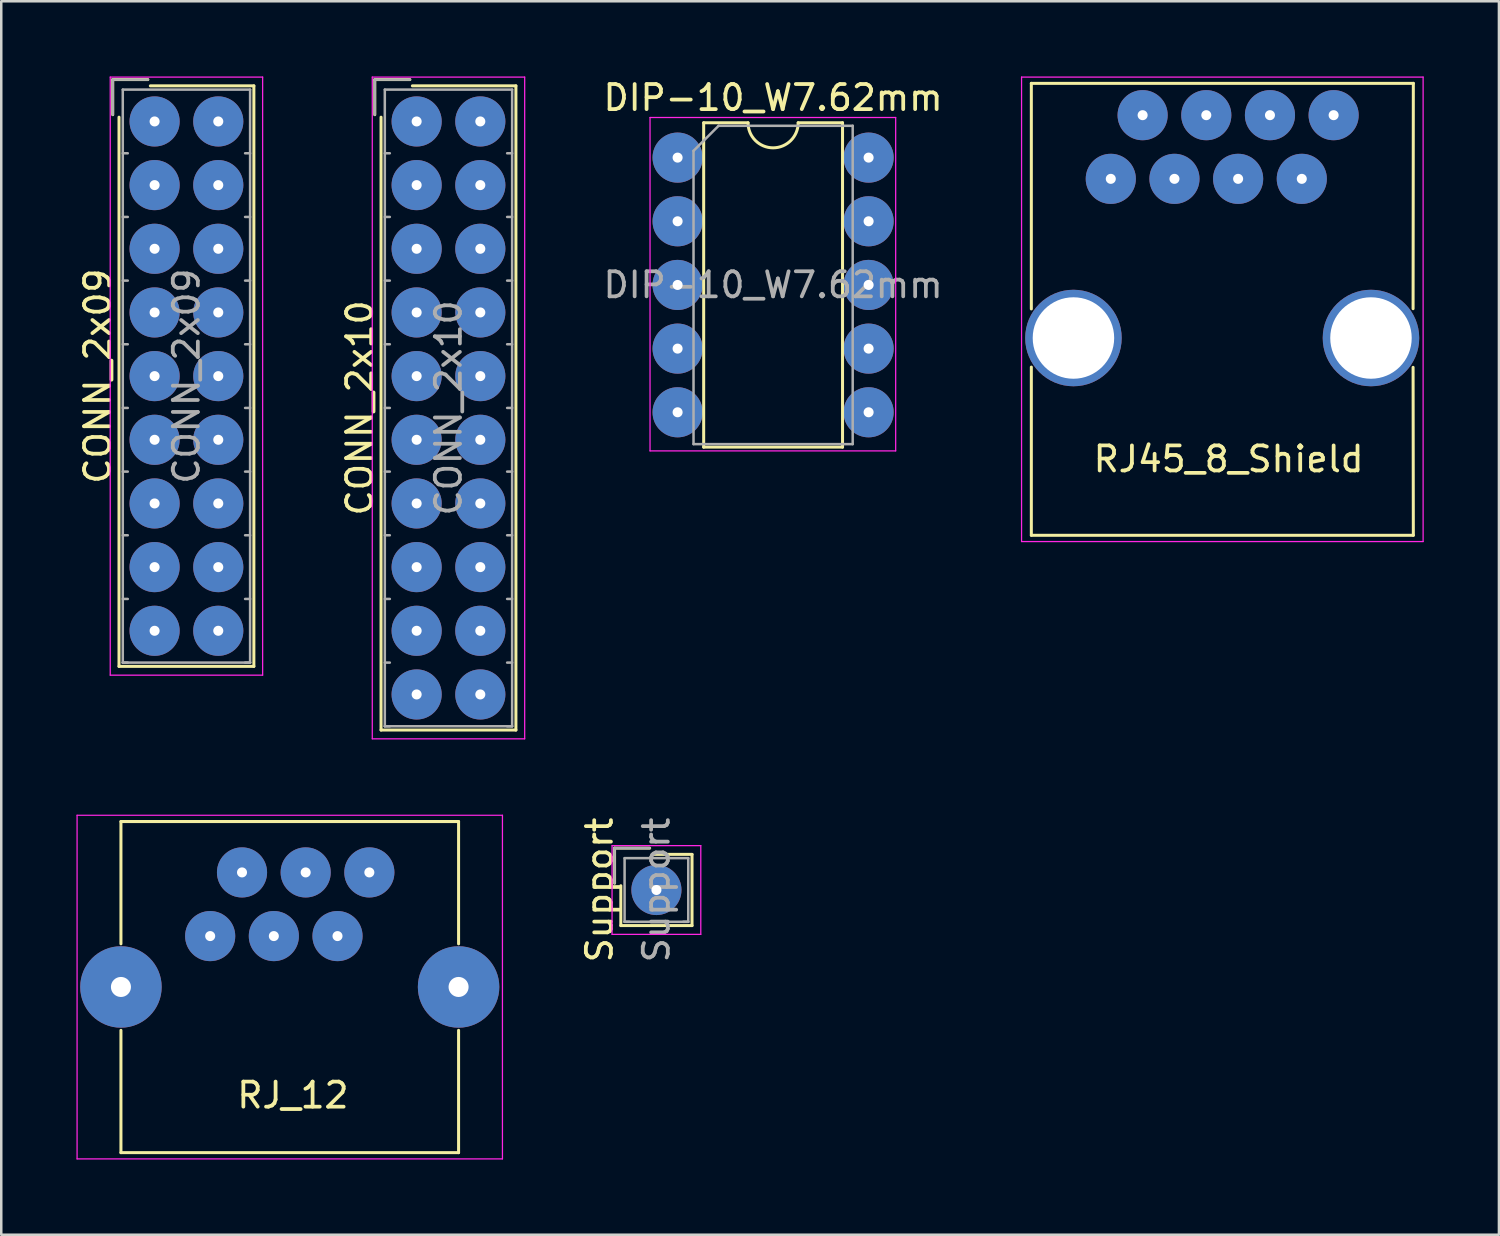
<source format=kicad_pcb>
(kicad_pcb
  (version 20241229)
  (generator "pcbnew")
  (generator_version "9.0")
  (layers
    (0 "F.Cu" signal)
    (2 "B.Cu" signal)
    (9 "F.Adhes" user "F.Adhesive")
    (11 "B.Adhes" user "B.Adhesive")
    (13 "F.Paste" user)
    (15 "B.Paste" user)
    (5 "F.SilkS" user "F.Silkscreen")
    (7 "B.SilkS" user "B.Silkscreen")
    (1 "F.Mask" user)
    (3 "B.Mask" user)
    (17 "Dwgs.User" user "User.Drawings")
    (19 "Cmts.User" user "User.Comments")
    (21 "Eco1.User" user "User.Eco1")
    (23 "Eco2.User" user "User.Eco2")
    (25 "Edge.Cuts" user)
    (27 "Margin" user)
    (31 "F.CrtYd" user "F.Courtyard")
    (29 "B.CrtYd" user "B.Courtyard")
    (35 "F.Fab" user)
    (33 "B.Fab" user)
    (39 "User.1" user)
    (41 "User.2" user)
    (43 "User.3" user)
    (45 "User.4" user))
  (footprint "RJ45_8_Shield"
    (layer "F.Cu")
    (at 41.265 4.085)
    (property "Reference" "RJ45_8_Shield" (at 4.7 11.18 0) (layer "F.SilkS") (effects (font (size 1 1) (thickness 0.15))))
    (attr through_hole)
    (fp_line (start -3.17 -3.81) (end -3.17 5.19) (stroke (width 0.12) (type solid)) (layer "F.SilkS"))
    (fp_line (start -3.17 7.51) (end -3.17 14.22) (stroke (width 0.12) (type solid)) (layer "F.SilkS"))
    (fp_line (start -3.17 14.22) (end 12.07 14.22) (stroke (width 0.12) (type solid)) (layer "F.SilkS"))
    (fp_line (start 12.06 7.52) (end 12.07 14.22) (stroke (width 0.12) (type solid)) (layer "F.SilkS"))
    (fp_line (start 12.07 -3.81) (end -3.17 -3.81) (stroke (width 0.12) (type solid)) (layer "F.SilkS"))
    (fp_line (start 12.07 -3.81) (end 12.06 5.18) (stroke (width 0.12) (type solid)) (layer "F.SilkS"))
    (fp_line (start -3.56 -4.06) (end -3.56 14.47) (stroke (width 0.05) (type solid)) (layer "F.CrtYd"))
    (fp_line (start -3.56 -4.06) (end 12.46 -4.06) (stroke (width 0.05) (type solid)) (layer "F.CrtYd"))
    (fp_line (start 12.46 14.47) (end -3.56 14.47) (stroke (width 0.05) (type solid)) (layer "F.CrtYd"))
    (fp_line (start 12.46 14.47) (end 12.46 -4.06) (stroke (width 0.05) (type solid)) (layer "F.CrtYd"))
    (pad "1" thru_hole circle (at 0 0) (size 2 2) (drill 0.4) (layers "*.Cu" "*.Mask"))
    (pad "2" thru_hole circle (at 1.27 -2.54) (size 2 2) (drill 0.4) (layers "*.Cu" "*.Mask"))
    (pad "3" thru_hole circle (at 2.54 0) (size 2 2) (drill 0.4) (layers "*.Cu" "*.Mask"))
    (pad "4" thru_hole circle (at 3.81 -2.54) (size 2 2) (drill 0.4) (layers "*.Cu" "*.Mask"))
    (pad "5" thru_hole circle (at 5.08 0) (size 2 2) (drill 0.4) (layers "*.Cu" "*.Mask"))
    (pad "6" thru_hole circle (at 6.35 -2.54) (size 2 2) (drill 0.4) (layers "*.Cu" "*.Mask"))
    (pad "7" thru_hole circle (at 7.62 0) (size 2 2) (drill 0.4) (layers "*.Cu" "*.Mask"))
    (pad "8" thru_hole circle (at 8.89 -2.54) (size 2 2) (drill 0.4) (layers "*.Cu" "*.Mask"))
    (pad "9" thru_hole circle (at -1.49 6.35) (size 3.85 3.85) (drill 3.25) (layers "*.Cu" "*.Mask"))
    (pad "9" thru_hole circle (at 10.38 6.35) (size 3.85 3.85) (drill 3.25) (layers "*.Cu" "*.Mask")))
  (footprint "CONN_2x09"
    (layer "F.Cu")
    (at 3.118 1.795)
    (property "Reference" "CONN_2x09" (at -2.27 10.16 90) (layer "F.SilkS") (effects (font (size 1 1) (thickness 0.15))))
    (attr through_hole)
    (fp_line (start -1.67 -1.67) (end -1.67 -0.27) (stroke (width 0.12) (type solid)) (layer "F.SilkS"))
    (fp_line (start -1.42 21.74) (end -1.42 -0.17) (stroke (width 0.12) (type solid)) (layer "F.SilkS"))
    (fp_line (start -0.27 -1.67) (end -1.67 -1.67) (stroke (width 0.12) (type solid)) (layer "F.SilkS"))
    (fp_line (start -0.17 -1.42) (end 3.96 -1.42) (stroke (width 0.12) (type solid)) (layer "F.SilkS"))
    (fp_line (start 3.96 -1.42) (end 3.96 21.74) (stroke (width 0.12) (type solid)) (layer "F.SilkS"))
    (fp_line (start 3.96 21.74) (end -1.42 21.74) (stroke (width 0.12) (type solid)) (layer "F.SilkS"))
    (fp_line (start -1.77 -1.77) (end -1.77 22.09) (stroke (width 0.05) (type solid)) (layer "F.CrtYd"))
    (fp_line (start -1.77 22.09) (end 4.31 22.09) (stroke (width 0.05) (type solid)) (layer "F.CrtYd"))
    (fp_line (start 4.31 -1.77) (end -1.77 -1.77) (stroke (width 0.05) (type solid)) (layer "F.CrtYd"))
    (fp_line (start 4.31 22.09) (end 4.31 -1.77) (stroke (width 0.05) (type solid)) (layer "F.CrtYd"))
    (fp_line (start -1.67 -1.67) (end -1.67 -0.27) (stroke (width 0.1) (type solid)) (layer "F.Fab"))
    (fp_line (start -1.27 -1.27) (end -1.27 21.59) (stroke (width 0.1) (type solid)) (layer "F.Fab"))
    (fp_line (start -1.27 1.27) (end -1.07 1.27) (stroke (width 0.1) (type solid)) (layer "F.Fab"))
    (fp_line (start -1.27 3.81) (end -1.07 3.81) (stroke (width 0.1) (type solid)) (layer "F.Fab"))
    (fp_line (start -1.27 6.35) (end -1.07 6.35) (stroke (width 0.1) (type solid)) (layer "F.Fab"))
    (fp_line (start -1.27 8.89) (end -1.07 8.89) (stroke (width 0.1) (type solid)) (layer "F.Fab"))
    (fp_line (start -1.27 11.43) (end -1.07 11.43) (stroke (width 0.1) (type solid)) (layer "F.Fab"))
    (fp_line (start -1.27 13.97) (end -1.07 13.97) (stroke (width 0.1) (type solid)) (layer "F.Fab"))
    (fp_line (start -1.27 16.51) (end -1.07 16.51) (stroke (width 0.1) (type solid)) (layer "F.Fab"))
    (fp_line (start -1.27 19.05) (end -1.07 19.05) (stroke (width 0.1) (type solid)) (layer "F.Fab"))
    (fp_line (start -1.27 21.59) (end -1.07 21.59) (stroke (width 0.1) (type solid)) (layer "F.Fab"))
    (fp_line (start -1.27 21.59) (end 3.81 21.59) (stroke (width 0.1) (type solid)) (layer "F.Fab"))
    (fp_line (start -0.27 -1.67) (end -1.67 -1.67) (stroke (width 0.1) (type solid)) (layer "F.Fab"))
    (fp_line (start 3.81 -1.27) (end -1.27 -1.27) (stroke (width 0.1) (type solid)) (layer "F.Fab"))
    (fp_line (start 3.81 1.27) (end 3.61 1.27) (stroke (width 0.1) (type solid)) (layer "F.Fab"))
    (fp_line (start 3.81 3.81) (end 3.61 3.81) (stroke (width 0.1) (type solid)) (layer "F.Fab"))
    (fp_line (start 3.81 6.35) (end 3.61 6.35) (stroke (width 0.1) (type solid)) (layer "F.Fab"))
    (fp_line (start 3.81 8.89) (end 3.61 8.89) (stroke (width 0.1) (type solid)) (layer "F.Fab"))
    (fp_line (start 3.81 11.43) (end 3.61 11.43) (stroke (width 0.1) (type solid)) (layer "F.Fab"))
    (fp_line (start 3.81 13.97) (end 3.61 13.97) (stroke (width 0.1) (type solid)) (layer "F.Fab"))
    (fp_line (start 3.81 16.51) (end 3.61 16.51) (stroke (width 0.1) (type solid)) (layer "F.Fab"))
    (fp_line (start 3.81 19.05) (end 3.61 19.05) (stroke (width 0.1) (type solid)) (layer "F.Fab"))
    (fp_line (start 3.81 21.59) (end 3.61 21.59) (stroke (width 0.1) (type solid)) (layer "F.Fab"))
    (fp_line (start 3.81 21.59) (end 3.81 -1.27) (stroke (width 0.1) (type solid)) (layer "F.Fab"))
    (fp_text user "${REFERENCE}" (at 1.27 10.16 90) (layer "F.Fab") (effects (font (size 1 1) (thickness 0.15))))
    (pad "1" thru_hole circle (at 0 0) (size 2 2) (drill 0.4) (layers "*.Cu" "*.Mask"))
    (pad "2" thru_hole circle (at 2.54 0) (size 2 2) (drill 0.4) (layers "*.Cu" "*.Mask"))
    (pad "3" thru_hole circle (at 0 2.54) (size 2 2) (drill 0.4) (layers "*.Cu" "*.Mask"))
    (pad "4" thru_hole circle (at 2.54 2.54) (size 2 2) (drill 0.4) (layers "*.Cu" "*.Mask"))
    (pad "5" thru_hole circle (at 0 5.08) (size 2 2) (drill 0.4) (layers "*.Cu" "*.Mask"))
    (pad "6" thru_hole circle (at 2.54 5.08) (size 2 2) (drill 0.4) (layers "*.Cu" "*.Mask"))
    (pad "7" thru_hole circle (at 0 7.62) (size 2 2) (drill 0.4) (layers "*.Cu" "*.Mask"))
    (pad "8" thru_hole circle (at 2.54 7.62) (size 2 2) (drill 0.4) (layers "*.Cu" "*.Mask"))
    (pad "9" thru_hole circle (at 0 10.16) (size 2 2) (drill 0.4) (layers "*.Cu" "*.Mask"))
    (pad "10" thru_hole circle (at 2.54 10.16) (size 2 2) (drill 0.4) (layers "*.Cu" "*.Mask"))
    (pad "11" thru_hole circle (at 0 12.7) (size 2 2) (drill 0.4) (layers "*.Cu" "*.Mask"))
    (pad "12" thru_hole circle (at 2.54 12.7) (size 2 2) (drill 0.4) (layers "*.Cu" "*.Mask"))
    (pad "13" thru_hole circle (at 0 15.24) (size 2 2) (drill 0.4) (layers "*.Cu" "*.Mask"))
    (pad "14" thru_hole circle (at 2.54 15.24) (size 2 2) (drill 0.4) (layers "*.Cu" "*.Mask"))
    (pad "15" thru_hole circle (at 0 17.78) (size 2 2) (drill 0.4) (layers "*.Cu" "*.Mask"))
    (pad "16" thru_hole circle (at 2.54 17.78) (size 2 2) (drill 0.4) (layers "*.Cu" "*.Mask"))
    (pad "17" thru_hole circle (at 0 20.32) (size 2 2) (drill 0.4) (layers "*.Cu" "*.Mask"))
    (pad "18" thru_hole circle (at 2.54 20.32) (size 2 2) (drill 0.4) (layers "*.Cu" "*.Mask")))
  (footprint "CONN_2x10"
    (layer "F.Cu")
    (at 13.572 1.795)
    (property "Reference" "CONN_2x10" (at -2.27 11.43 90) (layer "F.SilkS") (effects (font (size 1 1) (thickness 0.15))))
    (attr through_hole)
    (fp_line (start -1.67 -1.67) (end -1.67 -0.27) (stroke (width 0.12) (type solid)) (layer "F.SilkS"))
    (fp_line (start -1.42 24.28) (end -1.42 -0.17) (stroke (width 0.12) (type solid)) (layer "F.SilkS"))
    (fp_line (start -0.27 -1.67) (end -1.67 -1.67) (stroke (width 0.12) (type solid)) (layer "F.SilkS"))
    (fp_line (start -0.17 -1.42) (end 3.96 -1.42) (stroke (width 0.12) (type solid)) (layer "F.SilkS"))
    (fp_line (start 3.96 -1.42) (end 3.96 24.28) (stroke (width 0.12) (type solid)) (layer "F.SilkS"))
    (fp_line (start 3.96 24.28) (end -1.42 24.28) (stroke (width 0.12) (type solid)) (layer "F.SilkS"))
    (fp_line (start -1.77 -1.77) (end -1.77 24.63) (stroke (width 0.05) (type solid)) (layer "F.CrtYd"))
    (fp_line (start -1.77 24.63) (end 4.31 24.63) (stroke (width 0.05) (type solid)) (layer "F.CrtYd"))
    (fp_line (start 4.31 -1.77) (end -1.77 -1.77) (stroke (width 0.05) (type solid)) (layer "F.CrtYd"))
    (fp_line (start 4.31 24.63) (end 4.31 -1.77) (stroke (width 0.05) (type solid)) (layer "F.CrtYd"))
    (fp_line (start -1.67 -1.67) (end -1.67 -0.27) (stroke (width 0.1) (type solid)) (layer "F.Fab"))
    (fp_line (start -1.27 -1.27) (end -1.27 24.13) (stroke (width 0.1) (type solid)) (layer "F.Fab"))
    (fp_line (start -1.27 1.27) (end -1.07 1.27) (stroke (width 0.1) (type solid)) (layer "F.Fab"))
    (fp_line (start -1.27 3.81) (end -1.07 3.81) (stroke (width 0.1) (type solid)) (layer "F.Fab"))
    (fp_line (start -1.27 6.35) (end -1.07 6.35) (stroke (width 0.1) (type solid)) (layer "F.Fab"))
    (fp_line (start -1.27 8.89) (end -1.07 8.89) (stroke (width 0.1) (type solid)) (layer "F.Fab"))
    (fp_line (start -1.27 11.43) (end -1.07 11.43) (stroke (width 0.1) (type solid)) (layer "F.Fab"))
    (fp_line (start -1.27 13.97) (end -1.07 13.97) (stroke (width 0.1) (type solid)) (layer "F.Fab"))
    (fp_line (start -1.27 16.51) (end -1.07 16.51) (stroke (width 0.1) (type solid)) (layer "F.Fab"))
    (fp_line (start -1.27 19.05) (end -1.07 19.05) (stroke (width 0.1) (type solid)) (layer "F.Fab"))
    (fp_line (start -1.27 21.59) (end -1.07 21.59) (stroke (width 0.1) (type solid)) (layer "F.Fab"))
    (fp_line (start -1.27 24.13) (end -1.07 24.13) (stroke (width 0.1) (type solid)) (layer "F.Fab"))
    (fp_line (start -1.27 24.13) (end 3.81 24.13) (stroke (width 0.1) (type solid)) (layer "F.Fab"))
    (fp_line (start -0.27 -1.67) (end -1.67 -1.67) (stroke (width 0.1) (type solid)) (layer "F.Fab"))
    (fp_line (start 3.81 -1.27) (end -1.27 -1.27) (stroke (width 0.1) (type solid)) (layer "F.Fab"))
    (fp_line (start 3.81 1.27) (end 3.61 1.27) (stroke (width 0.1) (type solid)) (layer "F.Fab"))
    (fp_line (start 3.81 3.81) (end 3.61 3.81) (stroke (width 0.1) (type solid)) (layer "F.Fab"))
    (fp_line (start 3.81 6.35) (end 3.61 6.35) (stroke (width 0.1) (type solid)) (layer "F.Fab"))
    (fp_line (start 3.81 8.89) (end 3.61 8.89) (stroke (width 0.1) (type solid)) (layer "F.Fab"))
    (fp_line (start 3.81 11.43) (end 3.61 11.43) (stroke (width 0.1) (type solid)) (layer "F.Fab"))
    (fp_line (start 3.81 13.97) (end 3.61 13.97) (stroke (width 0.1) (type solid)) (layer "F.Fab"))
    (fp_line (start 3.81 16.51) (end 3.61 16.51) (stroke (width 0.1) (type solid)) (layer "F.Fab"))
    (fp_line (start 3.81 19.05) (end 3.61 19.05) (stroke (width 0.1) (type solid)) (layer "F.Fab"))
    (fp_line (start 3.81 21.59) (end 3.61 21.59) (stroke (width 0.1) (type solid)) (layer "F.Fab"))
    (fp_line (start 3.81 24.13) (end 3.61 24.13) (stroke (width 0.1) (type solid)) (layer "F.Fab"))
    (fp_line (start 3.81 24.13) (end 3.81 -1.27) (stroke (width 0.1) (type solid)) (layer "F.Fab"))
    (fp_text user "${REFERENCE}" (at 1.27 11.43 90) (layer "F.Fab") (effects (font (size 1 1) (thickness 0.15))))
    (pad "1" thru_hole circle (at 0 0) (size 2 2) (drill 0.4) (layers "*.Cu" "*.Mask"))
    (pad "2" thru_hole circle (at 2.54 0) (size 2 2) (drill 0.4) (layers "*.Cu" "*.Mask"))
    (pad "3" thru_hole circle (at 0 2.54) (size 2 2) (drill 0.4) (layers "*.Cu" "*.Mask"))
    (pad "4" thru_hole circle (at 2.54 2.54) (size 2 2) (drill 0.4) (layers "*.Cu" "*.Mask"))
    (pad "5" thru_hole circle (at 0 5.08) (size 2 2) (drill 0.4) (layers "*.Cu" "*.Mask"))
    (pad "6" thru_hole circle (at 2.54 5.08) (size 2 2) (drill 0.4) (layers "*.Cu" "*.Mask"))
    (pad "7" thru_hole circle (at 0 7.62) (size 2 2) (drill 0.4) (layers "*.Cu" "*.Mask"))
    (pad "8" thru_hole circle (at 2.54 7.62) (size 2 2) (drill 0.4) (layers "*.Cu" "*.Mask"))
    (pad "9" thru_hole circle (at 0 10.16) (size 2 2) (drill 0.4) (layers "*.Cu" "*.Mask"))
    (pad "10" thru_hole circle (at 2.54 10.16) (size 2 2) (drill 0.4) (layers "*.Cu" "*.Mask"))
    (pad "11" thru_hole circle (at 0 12.7) (size 2 2) (drill 0.4) (layers "*.Cu" "*.Mask"))
    (pad "12" thru_hole circle (at 2.54 12.7) (size 2 2) (drill 0.4) (layers "*.Cu" "*.Mask"))
    (pad "13" thru_hole circle (at 0 15.24) (size 2 2) (drill 0.4) (layers "*.Cu" "*.Mask"))
    (pad "14" thru_hole circle (at 2.54 15.24) (size 2 2) (drill 0.4) (layers "*.Cu" "*.Mask"))
    (pad "15" thru_hole circle (at 0 17.78) (size 2 2) (drill 0.4) (layers "*.Cu" "*.Mask"))
    (pad "16" thru_hole circle (at 2.54 17.78) (size 2 2) (drill 0.4) (layers "*.Cu" "*.Mask"))
    (pad "17" thru_hole circle (at 0 20.32) (size 2 2) (drill 0.4) (layers "*.Cu" "*.Mask"))
    (pad "18" thru_hole circle (at 2.54 20.32) (size 2 2) (drill 0.4) (layers "*.Cu" "*.Mask"))
    (pad "19" thru_hole circle (at 0 22.86) (size 2 2) (drill 0.4) (layers "*.Cu" "*.Mask"))
    (pad "20" thru_hole circle (at 2.54 22.86) (size 2 2) (drill 0.4) (layers "*.Cu" "*.Mask")))
  (footprint "Support"
    (layer "F.Cu")
    (at 23.138 32.456)
    (property "Reference" "Support" (at -2.27 0 90) (layer "F.SilkS") (effects (font (size 1 1) (thickness 0.15))))
    (attr through_hole)
    (fp_line (start -1.67 -1.67) (end -1.67 -0.27) (stroke (width 0.12) (type solid)) (layer "F.SilkS"))
    (fp_line (start -1.42 1.42) (end -1.42 -0.17) (stroke (width 0.12) (type solid)) (layer "F.SilkS"))
    (fp_line (start -0.27 -1.67) (end -1.67 -1.67) (stroke (width 0.12) (type solid)) (layer "F.SilkS"))
    (fp_line (start -0.17 -1.42) (end 1.42 -1.42) (stroke (width 0.12) (type solid)) (layer "F.SilkS"))
    (fp_line (start 1.42 -1.42) (end 1.42 1.42) (stroke (width 0.12) (type solid)) (layer "F.SilkS"))
    (fp_line (start 1.42 1.42) (end -1.42 1.42) (stroke (width 0.12) (type solid)) (layer "F.SilkS"))
    (fp_line (start -1.77 -1.77) (end -1.77 1.77) (stroke (width 0.05) (type solid)) (layer "F.CrtYd"))
    (fp_line (start -1.77 1.77) (end 1.77 1.77) (stroke (width 0.05) (type solid)) (layer "F.CrtYd"))
    (fp_line (start 1.77 -1.77) (end -1.77 -1.77) (stroke (width 0.05) (type solid)) (layer "F.CrtYd"))
    (fp_line (start 1.77 1.77) (end 1.77 -1.77) (stroke (width 0.05) (type solid)) (layer "F.CrtYd"))
    (fp_line (start -1.67 -1.67) (end -1.67 -0.27) (stroke (width 0.1) (type solid)) (layer "F.Fab"))
    (fp_line (start -1.27 -1.27) (end -1.27 1.27) (stroke (width 0.1) (type solid)) (layer "F.Fab"))
    (fp_line (start -1.27 1.27) (end -1.07 1.27) (stroke (width 0.1) (type solid)) (layer "F.Fab"))
    (fp_line (start -1.27 1.27) (end 1.27 1.27) (stroke (width 0.1) (type solid)) (layer "F.Fab"))
    (fp_line (start -0.27 -1.67) (end -1.67 -1.67) (stroke (width 0.1) (type solid)) (layer "F.Fab"))
    (fp_line (start 1.27 -1.27) (end -1.27 -1.27) (stroke (width 0.1) (type solid)) (layer "F.Fab"))
    (fp_line (start 1.27 1.27) (end 1.07 1.27) (stroke (width 0.1) (type solid)) (layer "F.Fab"))
    (fp_line (start 1.27 1.27) (end 1.27 -1.27) (stroke (width 0.1) (type solid)) (layer "F.Fab"))
    (fp_text user "${REFERENCE}" (at 0 0 90) (layer "F.Fab") (effects (font (size 1 1) (thickness 0.15))))
    (pad "1" thru_hole circle (at 0 0) (size 2 2) (drill 0.4) (layers "*.Cu" "*.Mask")))
  (footprint "DIP-10_W7.62mm"
    (layer "F.Cu")
    (at 23.983 3.238)
    (property "Reference" "DIP-10_W7.62mm" (at 3.81 -2.39 0) (layer "F.SilkS") (effects (font (size 1 1) (thickness 0.15))))
    (attr through_hole)
    (fp_line (start 1.04 -1.39) (end 1.04 11.55) (stroke (width 0.12) (type solid)) (layer "F.SilkS"))
    (fp_line (start 1.04 11.55) (end 6.58 11.55) (stroke (width 0.12) (type solid)) (layer "F.SilkS"))
    (fp_line (start 2.81 -1.39) (end 1.04 -1.39) (stroke (width 0.12) (type solid)) (layer "F.SilkS"))
    (fp_line (start 6.58 -1.39) (end 4.81 -1.39) (stroke (width 0.12) (type solid)) (layer "F.SilkS"))
    (fp_line (start 6.58 11.55) (end 6.58 -1.39) (stroke (width 0.12) (type solid)) (layer "F.SilkS"))
    (fp_arc (start 4.81 -1.39) (mid 3.81 -0.39) (end 2.81 -1.39) (stroke (width 0.12) (type solid)) (layer "F.SilkS"))
    (fp_line (start -1.1 -1.6) (end -1.1 11.7) (stroke (width 0.05) (type solid)) (layer "F.CrtYd"))
    (fp_line (start -1.1 11.7) (end 8.7 11.7) (stroke (width 0.05) (type solid)) (layer "F.CrtYd"))
    (fp_line (start 8.7 -1.6) (end -1.1 -1.6) (stroke (width 0.05) (type solid)) (layer "F.CrtYd"))
    (fp_line (start 8.7 11.7) (end 8.7 -1.6) (stroke (width 0.05) (type solid)) (layer "F.CrtYd"))
    (fp_line (start 0.635 -0.27) (end 1.635 -1.27) (stroke (width 0.1) (type solid)) (layer "F.Fab"))
    (fp_line (start 0.635 11.43) (end 0.635 -0.27) (stroke (width 0.1) (type solid)) (layer "F.Fab"))
    (fp_line (start 1.635 -1.27) (end 6.985 -1.27) (stroke (width 0.1) (type solid)) (layer "F.Fab"))
    (fp_line (start 6.985 -1.27) (end 6.985 11.43) (stroke (width 0.1) (type solid)) (layer "F.Fab"))
    (fp_line (start 6.985 11.43) (end 0.635 11.43) (stroke (width 0.1) (type solid)) (layer "F.Fab"))
    (fp_text user "${REFERENCE}" (at 3.81 5.08 0) (layer "F.Fab") (effects (font (size 1 1) (thickness 0.15))))
    (pad "1" thru_hole circle (at 0 0) (size 2 2) (drill 0.4) (layers "*.Cu" "*.Mask"))
    (pad "2" thru_hole circle (at 0 2.54) (size 2 2) (drill 0.4) (layers "*.Cu" "*.Mask"))
    (pad "3" thru_hole circle (at 0 5.08) (size 2 2) (drill 0.4) (layers "*.Cu" "*.Mask"))
    (pad "4" thru_hole circle (at 0 7.62) (size 2 2) (drill 0.4) (layers "*.Cu" "*.Mask"))
    (pad "5" thru_hole circle (at 0 10.16) (size 2 2) (drill 0.4) (layers "*.Cu" "*.Mask"))
    (pad "6" thru_hole circle (at 7.62 10.16) (size 2 2) (drill 0.4) (layers "*.Cu" "*.Mask"))
    (pad "7" thru_hole circle (at 7.62 7.62) (size 2 2) (drill 0.4) (layers "*.Cu" "*.Mask"))
    (pad "8" thru_hole circle (at 7.62 5.08) (size 2 2) (drill 0.4) (layers "*.Cu" "*.Mask"))
    (pad "9" thru_hole circle (at 7.62 2.54) (size 2 2) (drill 0.4) (layers "*.Cu" "*.Mask"))
    (pad "10" thru_hole circle (at 7.62 0) (size 2 2) (drill 0.4) (layers "*.Cu" "*.Mask")))
  (footprint "RJ_12"
    (layer "F.Cu")
    (at 5.335 34.295)
    (property "Reference" "RJ_12" (at 3.3 6.35 0) (layer "F.SilkS") (effects (font (size 1 1) (thickness 0.15))))
    (attr through_hole)
    (fp_line (start -3.56 -4.57) (end -3.56 0.31) (stroke (width 0.12) (type solid)) (layer "F.SilkS"))
    (fp_line (start -3.56 -4.57) (end 9.14 -4.57) (stroke (width 0.12) (type solid)) (layer "F.SilkS"))
    (fp_line (start -3.56 3.76) (end -3.56 8.64) (stroke (width 0.12) (type solid)) (layer "F.SilkS"))
    (fp_line (start -3.56 8.64) (end 9.91 8.64) (stroke (width 0.12) (type solid)) (layer "F.SilkS"))
    (fp_line (start 9.14 -4.57) (end 9.91 -4.57) (stroke (width 0.12) (type solid)) (layer "F.SilkS"))
    (fp_line (start 9.91 -4.57) (end 9.91 0.31) (stroke (width 0.12) (type solid)) (layer "F.SilkS"))
    (fp_line (start 9.91 3.76) (end 9.91 8.64) (stroke (width 0.12) (type solid)) (layer "F.SilkS"))
    (fp_line (start -5.31 -4.82) (end -5.31 8.89) (stroke (width 0.05) (type solid)) (layer "F.CrtYd"))
    (fp_line (start -5.31 -4.82) (end 11.66 -4.82) (stroke (width 0.05) (type solid)) (layer "F.CrtYd"))
    (fp_line (start 11.66 8.89) (end -5.31 8.89) (stroke (width 0.05) (type solid)) (layer "F.CrtYd"))
    (fp_line (start 11.66 8.89) (end 11.66 -4.82) (stroke (width 0.05) (type solid)) (layer "F.CrtYd"))
    (pad "1" thru_hole circle (at 0 0) (size 2 2) (drill 0.4) (layers "*.Cu" "*.Mask"))
    (pad "2" thru_hole circle (at 1.27 -2.54) (size 2 2) (drill 0.4) (layers "*.Cu" "*.Mask"))
    (pad "3" thru_hole circle (at 2.54 0) (size 2 2) (drill 0.4) (layers "*.Cu" "*.Mask"))
    (pad "4" thru_hole circle (at 3.81 -2.54) (size 2 2) (drill 0.4) (layers "*.Cu" "*.Mask"))
    (pad "5" thru_hole circle (at 5.08 0) (size 2 2) (drill 0.4) (layers "*.Cu" "*.Mask"))
    (pad "6" thru_hole circle (at 6.35 -2.54) (size 2 2) (drill 0.4) (layers "*.Cu" "*.Mask"))
    (pad "7" thru_hole circle (at -3.56 2.03) (size 3.25 3.25) (drill 0.8) (layers "*.Cu" "*.Mask"))
    (pad "8" thru_hole circle (at 9.91 2.03) (size 3.25 3.25) (drill 0.8) (layers "*.Cu" "*.Mask")))
  (gr_rect
    (start -3 -3)
    (end 56.75 46.21)
    (stroke (width 0.1) (type default))
    (fill no)
    (layer "Edge.Cuts")))
</source>
